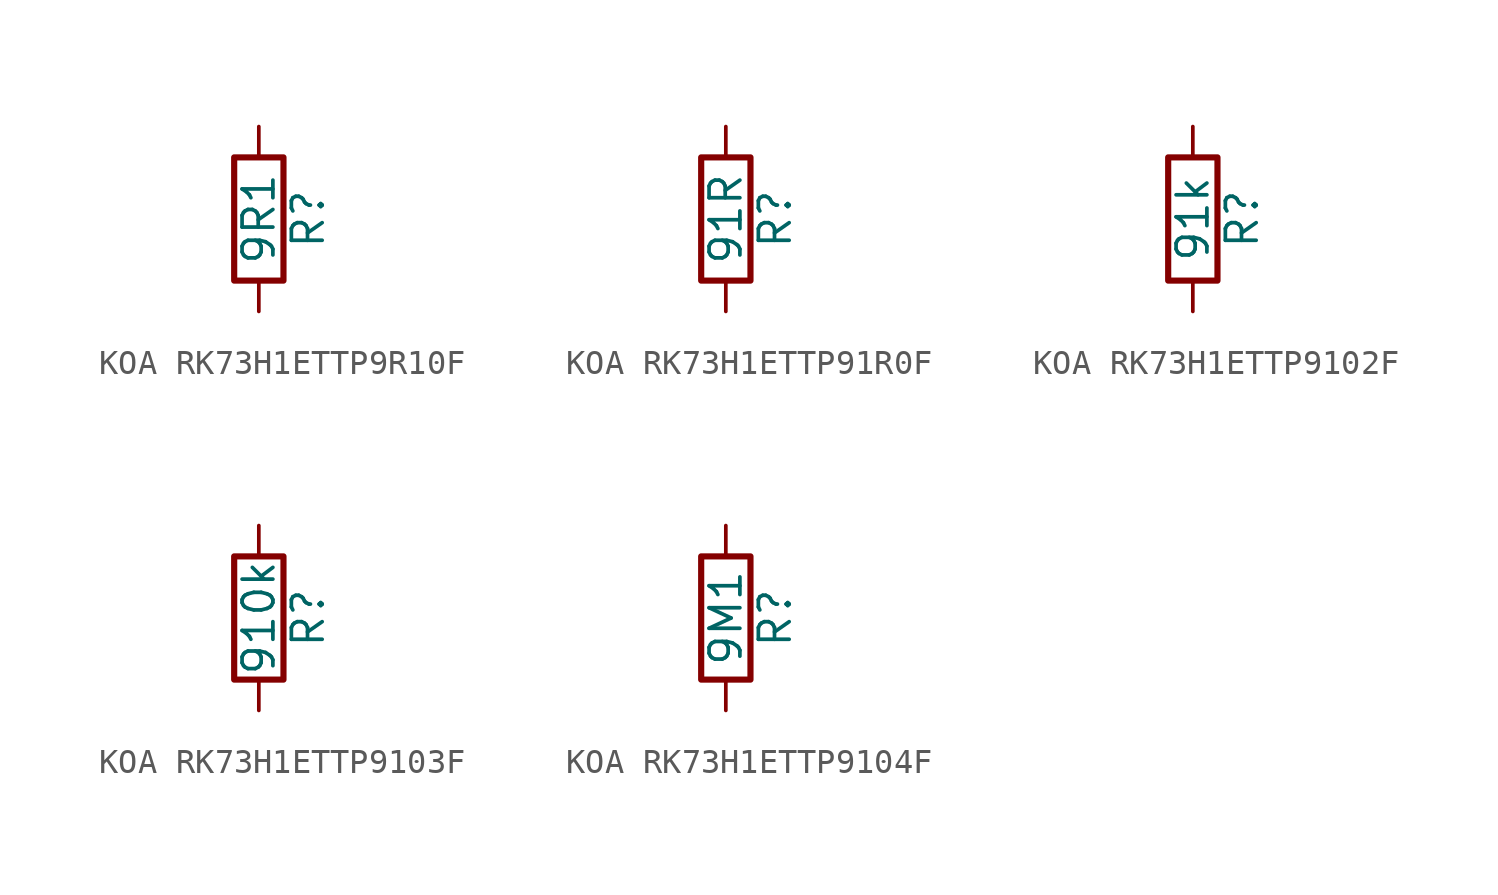
<source format=kicad_sym>
(kicad_symbol_lib
  (version 20220914)
  (generator kicad_symbol_editor)
  (symbol "KOA RK73H1ETTP9R10F"
    (pin_numbers hide)
    (pin_names
      (offset 0))
    (property "Reference" "R"
      (at 2.032 0 90)
      (effects (font (size 1.27 1.27))))
    (property "Value" "9R1"
      (at 0 0 90)
      (effects (font (size 1.27 1.27))))
    (symbol "KOA RK73H1ETTP9R10F_0_1"
      (rectangle (start -1.016 -2.54) (end 1.016 2.54) (stroke (width 0.254) (type default)) (fill (type none))))
    (symbol "KOA RK73H1ETTP9R10F_1_1"
      (pin passive line (at 0 3.81 270) (length 1.27) (name "~" (effects (font (size 1.27 1.27)))) (number "1" (effects (font (size 1.27 1.27)))))
      (pin passive line (at 0 -3.81 90) (length 1.27) (name "~" (effects (font (size 1.27 1.27)))) (number "2" (effects (font (size 1.27 1.27)))))))
  (symbol "KOA RK73H1ETTP91R0F"
    (pin_numbers hide)
    (pin_names
      (offset 0))
    (property "Reference" "R"
      (at 2.032 0 90)
      (effects (font (size 1.27 1.27))))
    (property "Value" "91R"
      (at 0 0 90)
      (effects (font (size 1.27 1.27))))
    (symbol "KOA RK73H1ETTP91R0F_0_1"
      (rectangle (start -1.016 -2.54) (end 1.016 2.54) (stroke (width 0.254) (type default)) (fill (type none))))
    (symbol "KOA RK73H1ETTP91R0F_1_1"
      (pin passive line (at 0 3.81 270) (length 1.27) (name "~" (effects (font (size 1.27 1.27)))) (number "1" (effects (font (size 1.27 1.27)))))
      (pin passive line (at 0 -3.81 90) (length 1.27) (name "~" (effects (font (size 1.27 1.27)))) (number "2" (effects (font (size 1.27 1.27)))))))
  (symbol "KOA RK73H1ETTP9102F"
    (pin_numbers hide)
    (pin_names
      (offset 0))
    (property "Reference" "R"
      (at 2.032 0 90)
      (effects (font (size 1.27 1.27))))
    (property "Value" "91k"
      (at 0 0 90)
      (effects (font (size 1.27 1.27))))
    (symbol "KOA RK73H1ETTP9102F_0_1"
      (rectangle (start -1.016 -2.54) (end 1.016 2.54) (stroke (width 0.254) (type default)) (fill (type none))))
    (symbol "KOA RK73H1ETTP9102F_1_1"
      (pin passive line (at 0 3.81 270) (length 1.27) (name "~" (effects (font (size 1.27 1.27)))) (number "1" (effects (font (size 1.27 1.27)))))
      (pin passive line (at 0 -3.81 90) (length 1.27) (name "~" (effects (font (size 1.27 1.27)))) (number "2" (effects (font (size 1.27 1.27)))))))
  (symbol "KOA RK73H1ETTP9103F"
    (pin_numbers hide)
    (pin_names
      (offset 0))
    (property "Reference" "R"
      (at 2.032 0 90)
      (effects (font (size 1.27 1.27))))
    (property "Value" "910k"
      (at 0 0 90)
      (effects (font (size 1.27 1.27))))
    (symbol "KOA RK73H1ETTP9103F_0_1"
      (rectangle (start -1.016 -2.54) (end 1.016 2.54) (stroke (width 0.254) (type default)) (fill (type none))))
    (symbol "KOA RK73H1ETTP9103F_1_1"
      (pin passive line (at 0 3.81 270) (length 1.27) (name "~" (effects (font (size 1.27 1.27)))) (number "1" (effects (font (size 1.27 1.27)))))
      (pin passive line (at 0 -3.81 90) (length 1.27) (name "~" (effects (font (size 1.27 1.27)))) (number "2" (effects (font (size 1.27 1.27)))))))
  (symbol "KOA RK73H1ETTP9104F"
    (pin_numbers hide)
    (pin_names
      (offset 0))
    (property "Reference" "R"
      (at 2.032 0 90)
      (effects (font (size 1.27 1.27))))
    (property "Value" "9M1"
      (at 0 0 90)
      (effects (font (size 1.27 1.27))))
    (symbol "KOA RK73H1ETTP9104F_0_1"
      (rectangle (start -1.016 -2.54) (end 1.016 2.54) (stroke (width 0.254) (type default)) (fill (type none))))
    (symbol "KOA RK73H1ETTP9104F_1_1"
      (pin passive line (at 0 3.81 270) (length 1.27) (name "~" (effects (font (size 1.27 1.27)))) (number "1" (effects (font (size 1.27 1.27)))))
      (pin passive line (at 0 -3.81 90) (length 1.27) (name "~" (effects (font (size 1.27 1.27)))) (number "2" (effects (font (size 1.27 1.27))))))))
</source>
